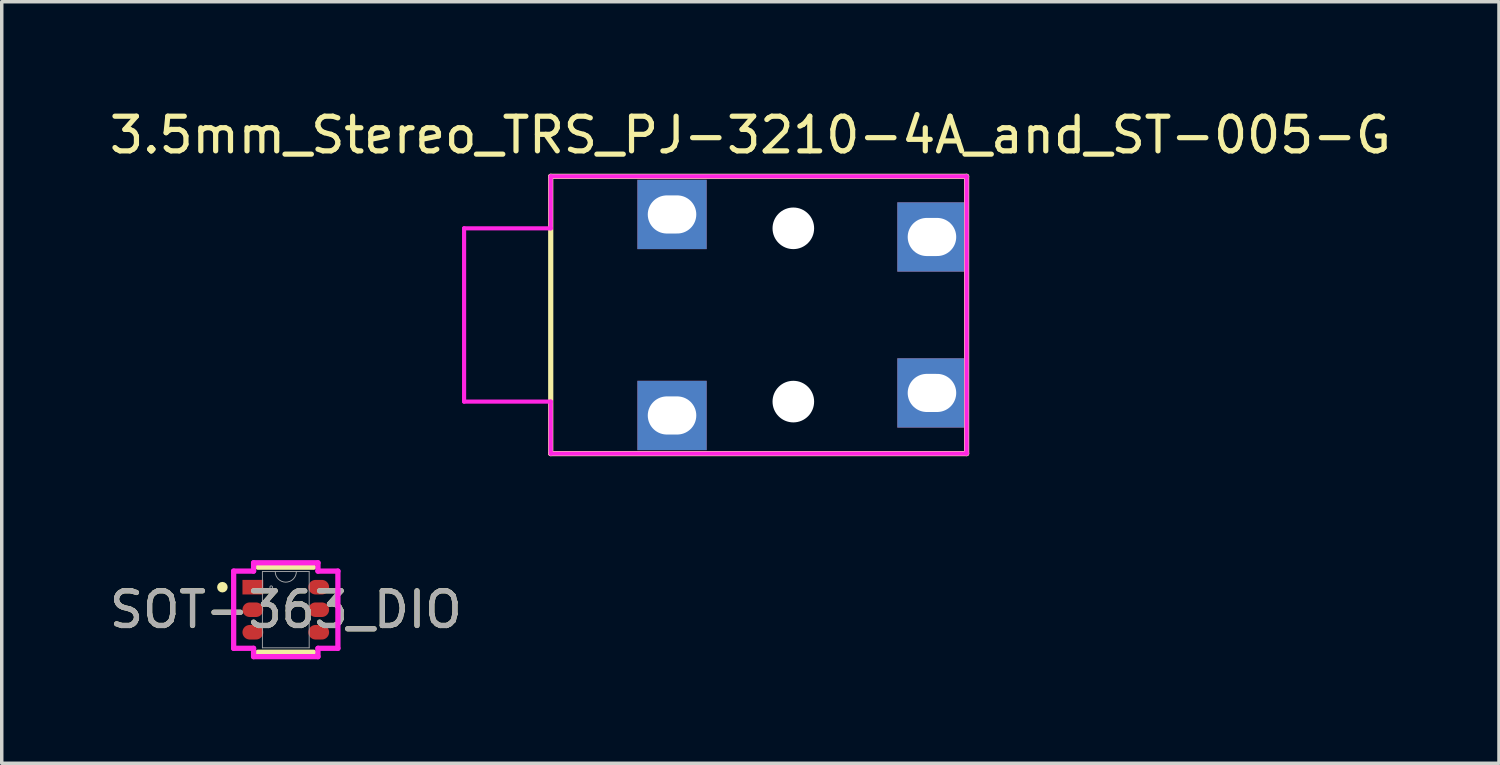
<source format=kicad_pcb>
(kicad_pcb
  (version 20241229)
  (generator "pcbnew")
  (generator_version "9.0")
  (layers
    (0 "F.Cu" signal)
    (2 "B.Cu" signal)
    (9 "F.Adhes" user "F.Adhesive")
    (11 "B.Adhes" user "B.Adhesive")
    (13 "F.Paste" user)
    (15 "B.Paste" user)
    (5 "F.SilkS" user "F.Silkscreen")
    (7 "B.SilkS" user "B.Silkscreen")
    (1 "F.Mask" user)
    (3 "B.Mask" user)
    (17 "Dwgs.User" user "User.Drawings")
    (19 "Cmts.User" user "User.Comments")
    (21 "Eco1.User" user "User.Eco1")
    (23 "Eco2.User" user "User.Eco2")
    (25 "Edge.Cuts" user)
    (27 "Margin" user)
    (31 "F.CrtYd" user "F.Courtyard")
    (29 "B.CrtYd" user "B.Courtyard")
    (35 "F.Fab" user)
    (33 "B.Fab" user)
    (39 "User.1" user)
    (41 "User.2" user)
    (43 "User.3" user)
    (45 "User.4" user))
  (footprint "3.5mm_Stereo_TRS_PJ-3210-4A_and_ST-005-G"
    (layer "F.Cu")
    (at 12.841 6.038)
    (property "Reference" "3.5mm_Stereo_TRS_PJ-3210-4A_and_ST-005-G" (at 5.76 -5.19 0) (layer "F.SilkS") (effects (font (size 1 1) (thickness 0.15))))
    (attr through_hole)
    (fp_line (start 0 -4) (end 0 4) (stroke (width 0.15) (type solid)) (layer "F.SilkS"))
    (fp_line (start 0 -4) (end 12 -4) (stroke (width 0.15) (type solid)) (layer "F.SilkS"))
    (fp_line (start 12 -4) (end 12 4) (stroke (width 0.15) (type solid)) (layer "F.SilkS"))
    (fp_line (start 12 4) (end 0 4) (stroke (width 0.15) (type solid)) (layer "F.SilkS"))
    (fp_line (start -2.5 -2.5) (end -2.5 2.5) (stroke (width 0.12) (type solid)) (layer "F.CrtYd"))
    (fp_line (start 0 -4) (end 12 -4) (stroke (width 0.12) (type solid)) (layer "F.CrtYd"))
    (fp_line (start 0 -2.5) (end -2.5 -2.5) (stroke (width 0.12) (type solid)) (layer "F.CrtYd"))
    (fp_line (start 0 -2.5) (end 0 -4) (stroke (width 0.12) (type solid)) (layer "F.CrtYd"))
    (fp_line (start 0 2.5) (end -2.5 2.5) (stroke (width 0.12) (type solid)) (layer "F.CrtYd"))
    (fp_line (start 0 4) (end 0 2.5) (stroke (width 0.12) (type solid)) (layer "F.CrtYd"))
    (fp_line (start 12 -4) (end 12 4) (stroke (width 0.12) (type solid)) (layer "F.CrtYd"))
    (fp_line (start 12 4) (end 0 4) (stroke (width 0.12) (type solid)) (layer "F.CrtYd"))
    (pad "" np_thru_hole circle (at 7 -2.5) (size 1.2 1.2) (drill 1.2) (layers "*.Cu" "*.Mask"))
    (pad "" np_thru_hole circle (at 7 2.5) (size 1.2 1.2) (drill 1.2) (layers "*.Cu" "*.Mask"))
    (pad "R" thru_hole rect (at 11 -2.25) (size 2 2) (drill oval 1.4 1.1) (layers "*.Cu" "*.Mask"))
    (pad "S" thru_hole rect (at 11 2.25) (size 2 2) (drill oval 1.4 1.1) (layers "*.Cu" "*.Mask"))
    (pad "T" thru_hole rect (at 3.5 -2.9) (size 2 2) (drill oval 1.4 1.1) (layers "*.Cu" "*.Mask"))
    (pad "T" thru_hole rect (at 3.5 2.9) (size 2 2) (drill oval 1.4 1.1) (layers "*.Cu" "*.Mask")))
  (footprint "SOT-363_DIO"
    (layer "F.Cu")
    (at 5.196 14.543)
    (property "Reference" "SOT-363_DIO" (at 0 0 0) (unlocked yes) (layer "F.SilkS") (effects (font (size 1 1) (thickness 0.15))))
    (attr smd)
    (fp_line (start -0.802 1.227) (end 0.802 1.227) (stroke (width 0.152) (type solid)) (layer "F.SilkS"))
    (fp_line (start 0.802 -1.227) (end -0.802 -1.227) (stroke (width 0.152) (type solid)) (layer "F.SilkS"))
    (fp_circle (center -1.829 -0.65) (end -1.753 -0.65) (stroke (width 0.152) (type solid)) (fill no) (layer "F.SilkS"))
    (fp_line (start -1.504 -1.114) (end -0.929 -1.114) (stroke (width 0.152) (type solid)) (layer "F.CrtYd"))
    (fp_line (start -1.504 1.114) (end -1.504 -1.114) (stroke (width 0.152) (type solid)) (layer "F.CrtYd"))
    (fp_line (start -1.504 1.114) (end -0.929 1.114) (stroke (width 0.152) (type solid)) (layer "F.CrtYd"))
    (fp_line (start -0.929 -1.354) (end 0.929 -1.354) (stroke (width 0.152) (type solid)) (layer "F.CrtYd"))
    (fp_line (start -0.929 -1.114) (end -0.929 -1.354) (stroke (width 0.152) (type solid)) (layer "F.CrtYd"))
    (fp_line (start -0.929 1.354) (end -0.929 1.114) (stroke (width 0.152) (type solid)) (layer "F.CrtYd"))
    (fp_line (start 0.929 -1.354) (end 0.929 -1.114) (stroke (width 0.152) (type solid)) (layer "F.CrtYd"))
    (fp_line (start 0.929 1.114) (end 0.929 1.354) (stroke (width 0.152) (type solid)) (layer "F.CrtYd"))
    (fp_line (start 0.929 1.354) (end -0.929 1.354) (stroke (width 0.152) (type solid)) (layer "F.CrtYd"))
    (fp_line (start 1.504 -1.114) (end 0.929 -1.114) (stroke (width 0.152) (type solid)) (layer "F.CrtYd"))
    (fp_line (start 1.504 -1.114) (end 1.504 1.114) (stroke (width 0.152) (type solid)) (layer "F.CrtYd"))
    (fp_line (start 1.504 1.114) (end 0.929 1.114) (stroke (width 0.152) (type solid)) (layer "F.CrtYd"))
    (fp_line (start -0.675 -1.1) (end -0.675 1.1) (stroke (width 0.025) (type solid)) (layer "F.Fab"))
    (fp_line (start -0.675 1.1) (end 0.675 1.1) (stroke (width 0.025) (type solid)) (layer "F.Fab"))
    (fp_line (start 0.675 -1.1) (end -0.675 -1.1) (stroke (width 0.025) (type solid)) (layer "F.Fab"))
    (fp_line (start 0.675 1.1) (end 0.675 -1.1) (stroke (width 0.025) (type solid)) (layer "F.Fab"))
    (fp_arc (start 0.3048 -1.1) (mid 0 -0.7952) (end -0.3048 -1.1) (stroke (width 0.0254) (type solid)) (layer "F.Fab"))
    (fp_circle (center -0.421 -0.65) (end -0.383 -0.65) (stroke (width 0.025) (type solid)) (fill no) (layer "F.Fab"))
    (fp_text user "${REFERENCE}" (at 0 0 0) (unlocked yes) (layer "F.Fab") (effects (font (size 1 1) (thickness 0.15))))
    (pad "1" smd rect (at -0.95 -0.65) (size 0.6 0.42) (layers "F.Cu" "F.Mask" "F.Paste"))
    (pad "2" smd oval (at -0.95 0) (size 0.6 0.42) (layers "F.Cu" "F.Mask" "F.Paste"))
    (pad "3" smd oval (at -0.95 0.65) (size 0.6 0.42) (layers "F.Cu" "F.Mask" "F.Paste"))
    (pad "4" smd oval (at 0.95 0.65) (size 0.6 0.42) (layers "F.Cu" "F.Mask" "F.Paste"))
    (pad "5" smd oval (at 0.95 0) (size 0.6 0.42) (layers "F.Cu" "F.Mask" "F.Paste"))
    (pad "6" smd oval (at 0.95 -0.65) (size 0.6 0.42) (layers "F.Cu" "F.Mask" "F.Paste")))
  (gr_rect
    (start -3 -3)
    (end 40.202 18.974)
    (stroke (width 0.1) (type default))
    (fill no)
    (layer "Edge.Cuts")))
</source>
